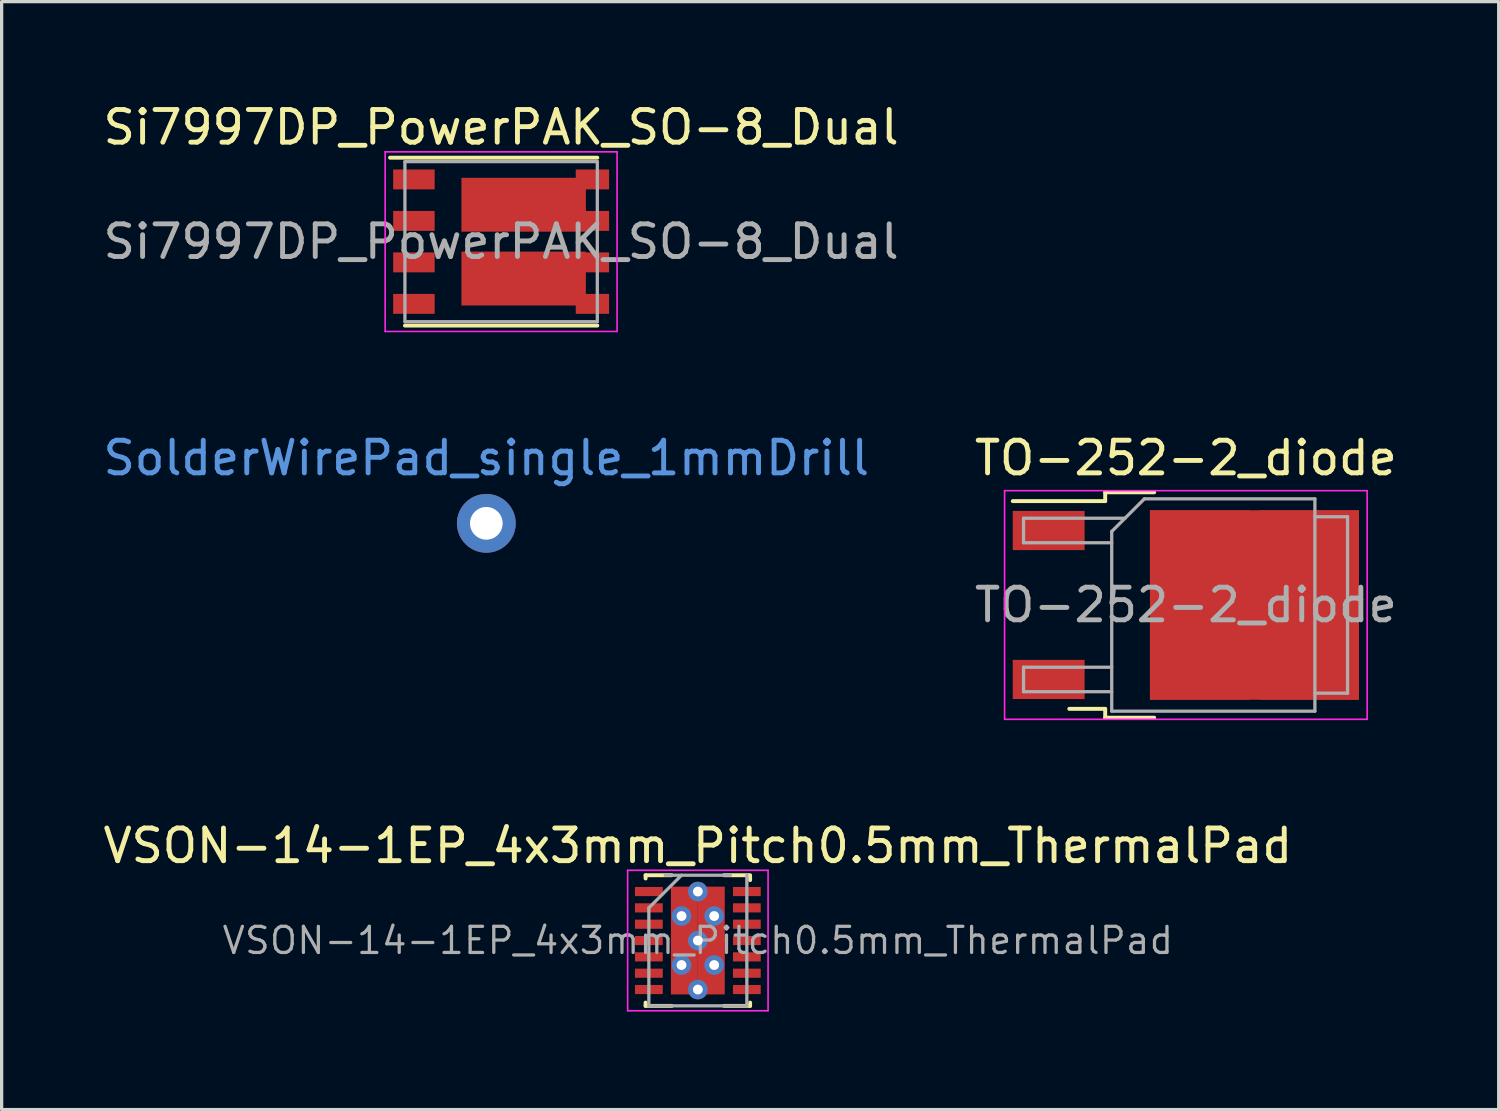
<source format=kicad_pcb>
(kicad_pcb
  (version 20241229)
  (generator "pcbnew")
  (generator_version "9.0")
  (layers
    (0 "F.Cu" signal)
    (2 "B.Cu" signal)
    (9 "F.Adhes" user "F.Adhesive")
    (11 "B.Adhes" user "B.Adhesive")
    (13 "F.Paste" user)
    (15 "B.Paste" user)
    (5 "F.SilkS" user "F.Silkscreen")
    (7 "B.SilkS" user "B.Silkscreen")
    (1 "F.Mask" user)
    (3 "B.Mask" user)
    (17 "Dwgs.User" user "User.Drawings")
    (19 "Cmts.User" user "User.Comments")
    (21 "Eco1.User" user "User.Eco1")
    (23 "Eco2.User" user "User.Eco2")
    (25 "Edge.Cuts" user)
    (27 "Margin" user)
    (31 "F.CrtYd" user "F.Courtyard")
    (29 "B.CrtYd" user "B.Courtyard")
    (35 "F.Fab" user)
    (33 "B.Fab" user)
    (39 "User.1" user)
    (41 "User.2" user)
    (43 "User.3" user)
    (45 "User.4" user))
  (footprint "VSON-14-1EP_4x3mm_Pitch0.5mm_ThermalPad"
    (layer "F.Cu")
    (at 18.315 25.745)
    (property "Reference" "VSON-14-1EP_4x3mm_Pitch0.5mm_ThermalPad" (at 0 -2.9 0) (layer "F.SilkS") (effects (font (size 1 1) (thickness 0.15))))
    (attr smd)
    (fp_line (start -1.6 -2) (end -1.6 -1.9) (stroke (width 0.12) (type solid)) (layer "F.SilkS"))
    (fp_line (start -1.6 1.9) (end -1.6 2) (stroke (width 0.12) (type solid)) (layer "F.SilkS"))
    (fp_line (start -1.6 2) (end -0.8 2) (stroke (width 0.12) (type solid)) (layer "F.SilkS"))
    (fp_line (start -0.8 -2) (end -1.6 -2) (stroke (width 0.12) (type solid)) (layer "F.SilkS"))
    (fp_line (start 0.8 -2) (end 1.6 -2) (stroke (width 0.12) (type solid)) (layer "F.SilkS"))
    (fp_line (start 0.8 2) (end 1.6 2) (stroke (width 0.12) (type solid)) (layer "F.SilkS"))
    (fp_line (start 1.6 -1.95) (end 1.6 -1.85) (stroke (width 0.12) (type solid)) (layer "F.SilkS"))
    (fp_line (start 1.6 2) (end 1.6 1.9) (stroke (width 0.12) (type solid)) (layer "F.SilkS"))
    (fp_line (start -2.15 -2.15) (end 2.15 -2.15) (stroke (width 0.05) (type solid)) (layer "F.CrtYd"))
    (fp_line (start -2.15 2.15) (end -2.15 -2.15) (stroke (width 0.05) (type solid)) (layer "F.CrtYd"))
    (fp_line (start 2.15 -2.15) (end 2.15 2.15) (stroke (width 0.05) (type solid)) (layer "F.CrtYd"))
    (fp_line (start 2.15 2.15) (end -2.15 2.15) (stroke (width 0.05) (type solid)) (layer "F.CrtYd"))
    (fp_line (start -1.5 -1) (end -1.5 2) (stroke (width 0.1) (type solid)) (layer "F.Fab"))
    (fp_line (start -1.5 -1) (end -0.5 -2) (stroke (width 0.1) (type solid)) (layer "F.Fab"))
    (fp_line (start -1.5 2) (end 1.5 2) (stroke (width 0.1) (type solid)) (layer "F.Fab"))
    (fp_line (start -1 -2) (end 1 -2) (stroke (width 0.1) (type solid)) (layer "F.Fab"))
    (fp_line (start 1.5 -2) (end 1.5 2) (stroke (width 0.1) (type solid)) (layer "F.Fab"))
    (fp_text user "${REFERENCE}" (at 0 0 0) (layer "F.Fab") (effects (font (size 0.8 0.8) (thickness 0.1))))
    (pad "1" smd rect (at -1.5 -1.5) (size 0.85 0.28) (layers "F.Cu" "F.Mask" "F.Paste"))
    (pad "2" smd rect (at -1.5 -1) (size 0.85 0.28) (layers "F.Cu" "F.Mask" "F.Paste"))
    (pad "3" smd rect (at -1.5 -0.5) (size 0.85 0.28) (layers "F.Cu" "F.Mask" "F.Paste"))
    (pad "4" smd rect (at -1.5 0) (size 0.85 0.28) (layers "F.Cu" "F.Mask" "F.Paste"))
    (pad "5" smd rect (at -1.5 0.5) (size 0.85 0.28) (layers "F.Cu" "F.Mask" "F.Paste"))
    (pad "6" smd rect (at -1.5 1) (size 0.85 0.28) (layers "F.Cu" "F.Mask" "F.Paste"))
    (pad "7" smd rect (at -1.5 1.5) (size 0.85 0.28) (layers "F.Cu" "F.Mask" "F.Paste"))
    (pad "8" smd rect (at 1.5 1.5) (size 0.85 0.28) (layers "F.Cu" "F.Mask" "F.Paste"))
    (pad "9" smd rect (at 1.5 1) (size 0.85 0.28) (layers "F.Cu" "F.Mask" "F.Paste"))
    (pad "10" smd rect (at 1.5 0.5) (size 0.85 0.28) (layers "F.Cu" "F.Mask" "F.Paste"))
    (pad "11" thru_hole circle (at -0.5 -0.75) (size 0.6 0.6) (drill 0.3) (layers "*.Cu" "*.Mask"))
    (pad "11" thru_hole circle (at -0.5 0.75) (size 0.6 0.6) (drill 0.3) (layers "*.Cu" "*.Mask"))
    (pad "11" smd rect (at -0.412 -0.8) (size 0.825 1.7) (layers "F.Cu" "F.Mask" "F.Paste"))
    (pad "11" smd rect (at -0.412 0.8) (size 0.825 1.7) (layers "F.Cu" "F.Mask" "F.Paste"))
    (pad "11" thru_hole circle (at 0 -1.5) (size 0.6 0.6) (drill 0.3) (layers "*.Cu" "*.Mask"))
    (pad "11" thru_hole circle (at 0 0) (size 0.6 0.6) (drill 0.3) (layers "*.Cu" "*.Mask"))
    (pad "11" thru_hole circle (at 0 1.5) (size 0.6 0.6) (drill 0.3) (layers "*.Cu" "*.Mask"))
    (pad "11" smd rect (at 0.412 -0.8) (size 0.825 1.7) (layers "F.Cu" "F.Mask" "F.Paste"))
    (pad "11" smd rect (at 0.412 0.8) (size 0.825 1.7) (layers "F.Cu" "F.Mask" "F.Paste"))
    (pad "11" thru_hole circle (at 0.5 -0.75) (size 0.6 0.6) (drill 0.3) (layers "*.Cu" "*.Mask"))
    (pad "11" thru_hole circle (at 0.5 0.75) (size 0.6 0.6) (drill 0.3) (layers "*.Cu" "*.Mask"))
    (pad "11" smd rect (at 1.5 0) (size 0.85 0.28) (layers "F.Cu" "F.Mask" "F.Paste"))
    (pad "12" smd rect (at 1.5 -0.5) (size 0.85 0.28) (layers "F.Cu" "F.Mask" "F.Paste"))
    (pad "13" smd rect (at 1.5 -1) (size 0.85 0.28) (layers "F.Cu" "F.Mask" "F.Paste"))
    (pad "14" smd rect (at 1.5 -1.5) (size 0.85 0.28) (layers "F.Cu" "F.Mask" "F.Paste")))
  (footprint "TO-252-2_diode"
    (layer "F.Cu")
    (at 33.256 15.472)
    (property "Reference" "TO-252-2_diode" (at 0 -4.5 180) (layer "F.SilkS") (effects (font (size 1 1) (thickness 0.15))))
    (attr smd)
    (fp_line (start -2.47 -3.45) (end -2.47 -3.18) (stroke (width 0.12) (type solid)) (layer "F.SilkS"))
    (fp_line (start -2.47 -3.18) (end -5.3 -3.18) (stroke (width 0.12) (type solid)) (layer "F.SilkS"))
    (fp_line (start -2.47 3.18) (end -3.57 3.18) (stroke (width 0.12) (type solid)) (layer "F.SilkS"))
    (fp_line (start -2.47 3.45) (end -2.47 3.18) (stroke (width 0.12) (type solid)) (layer "F.SilkS"))
    (fp_line (start -0.97 -3.45) (end -2.47 -3.45) (stroke (width 0.12) (type solid)) (layer "F.SilkS"))
    (fp_line (start -0.97 3.45) (end -2.47 3.45) (stroke (width 0.12) (type solid)) (layer "F.SilkS"))
    (fp_line (start -5.55 -3.5) (end -5.55 3.5) (stroke (width 0.05) (type solid)) (layer "F.CrtYd"))
    (fp_line (start -5.55 3.5) (end 5.55 3.5) (stroke (width 0.05) (type solid)) (layer "F.CrtYd"))
    (fp_line (start 5.55 -3.5) (end -5.55 -3.5) (stroke (width 0.05) (type solid)) (layer "F.CrtYd"))
    (fp_line (start 5.55 3.5) (end 5.55 -3.5) (stroke (width 0.05) (type solid)) (layer "F.CrtYd"))
    (fp_line (start -4.97 -2.655) (end -4.97 -1.905) (stroke (width 0.1) (type solid)) (layer "F.Fab"))
    (fp_line (start -4.97 -1.905) (end -2.27 -1.905) (stroke (width 0.1) (type solid)) (layer "F.Fab"))
    (fp_line (start -4.97 1.905) (end -4.97 2.655) (stroke (width 0.1) (type solid)) (layer "F.Fab"))
    (fp_line (start -4.97 2.655) (end -2.27 2.655) (stroke (width 0.1) (type solid)) (layer "F.Fab"))
    (fp_line (start -2.27 -2.25) (end -1.27 -3.25) (stroke (width 0.1) (type solid)) (layer "F.Fab"))
    (fp_line (start -2.27 1.905) (end -4.97 1.905) (stroke (width 0.1) (type solid)) (layer "F.Fab"))
    (fp_line (start -2.27 3.25) (end -2.27 -2.25) (stroke (width 0.1) (type solid)) (layer "F.Fab"))
    (fp_line (start -1.865 -2.655) (end -4.97 -2.655) (stroke (width 0.1) (type solid)) (layer "F.Fab"))
    (fp_line (start -1.27 -3.25) (end 3.95 -3.25) (stroke (width 0.1) (type solid)) (layer "F.Fab"))
    (fp_line (start 3.95 -3.25) (end 3.95 3.25) (stroke (width 0.1) (type solid)) (layer "F.Fab"))
    (fp_line (start 3.95 -2.7) (end 4.95 -2.7) (stroke (width 0.1) (type solid)) (layer "F.Fab"))
    (fp_line (start 3.95 3.25) (end -2.27 3.25) (stroke (width 0.1) (type solid)) (layer "F.Fab"))
    (fp_line (start 4.95 -2.7) (end 4.95 2.7) (stroke (width 0.1) (type solid)) (layer "F.Fab"))
    (fp_line (start 4.95 2.7) (end 3.95 2.7) (stroke (width 0.1) (type solid)) (layer "F.Fab"))
    (fp_text user "${REFERENCE}" (at 0 0 180) (layer "F.Fab") (effects (font (size 1 1) (thickness 0.15))))
    (pad "1" smd rect (at -4.2 2.28) (size 2.2 1.2) (layers "F.Cu" "F.Mask" "F.Paste"))
    (pad "2" smd rect (at 0.425 -1.525) (size 3.05 2.75) (layers "F.Cu" "F.Paste"))
    (pad "2" smd rect (at 0.425 1.525) (size 3.05 2.75) (layers "F.Cu" "F.Paste"))
    (pad "2" smd rect (at 2.1 0) (size 6.4 5.8) (layers "F.Cu" "F.Mask"))
    (pad "2" smd rect (at 3.775 -1.525) (size 3.05 2.75) (layers "F.Cu" "F.Paste"))
    (pad "2" smd rect (at 3.775 1.525) (size 3.05 2.75) (layers "F.Cu" "F.Paste"))
    (pad "NC" smd rect (at -4.2 -2.28) (size 2.2 1.2) (layers "F.Cu" "F.Mask" "F.Paste")))
  (footprint "SolderWirePad_single_1mmDrill"
    (layer "F.Cu")
    (at 11.839 12.972)
    (property "Reference" "SolderWirePad_single_1mmDrill" (at 0 -2 0) (layer "Cmts.User") (effects (font (size 1 1) (thickness 0.15))))
    (attr through_hole)
    (pad "1" thru_hole circle (at 0 0) (size 1.8 1.8) (drill 1) (layers "*.Cu" "*.Mask")))
  (footprint "Si7997DP_PowerPAK_SO-8_Dual"
    (layer "F.Cu")
    (at 12.292 4.348)
    (property "Reference" "Si7997DP_PowerPAK_SO-8_Dual" (at 0 -3.5 0) (layer "F.SilkS") (effects (font (size 1 1) (thickness 0.15))))
    (attr smd)
    (fp_line (start -3.4 -2.57) (end 2.945 -2.57) (stroke (width 0.12) (type solid)) (layer "F.SilkS"))
    (fp_line (start -2.945 2.57) (end 2.945 2.57) (stroke (width 0.12) (type solid)) (layer "F.SilkS"))
    (fp_line (start -3.55 -2.75) (end -3.55 2.75) (stroke (width 0.05) (type solid)) (layer "F.CrtYd"))
    (fp_line (start -3.55 -2.75) (end 3.55 -2.75) (stroke (width 0.05) (type solid)) (layer "F.CrtYd"))
    (fp_line (start -3.55 2.75) (end 3.55 2.75) (stroke (width 0.05) (type solid)) (layer "F.CrtYd"))
    (fp_line (start 3.55 -2.75) (end 3.55 2.75) (stroke (width 0.05) (type solid)) (layer "F.CrtYd"))
    (fp_line (start -2.945 -2.45) (end 2.945 -2.45) (stroke (width 0.1) (type solid)) (layer "F.Fab"))
    (fp_line (start -2.945 2.45) (end -2.945 -2.45) (stroke (width 0.1) (type solid)) (layer "F.Fab"))
    (fp_line (start 2.945 -2.45) (end 2.945 2.45) (stroke (width 0.1) (type solid)) (layer "F.Fab"))
    (fp_line (start 2.945 2.45) (end -2.945 2.45) (stroke (width 0.1) (type solid)) (layer "F.Fab"))
    (fp_text user "${REFERENCE}" (at 0 0 0) (layer "F.Fab") (effects (font (size 1 1) (thickness 0.15))))
    (pad "1" smd rect (at -2.67 -1.905) (size 1.27 0.61) (layers "F.Cu" "F.Mask" "F.Paste"))
    (pad "2" smd rect (at -2.67 -0.635) (size 1.27 0.61) (layers "F.Cu" "F.Mask" "F.Paste"))
    (pad "3" smd rect (at -2.67 0.635) (size 1.27 0.61) (layers "F.Cu" "F.Mask" "F.Paste"))
    (pad "4" smd rect (at -2.67 1.905) (size 1.27 0.61) (layers "F.Cu" "F.Mask" "F.Paste"))
    (pad "5" smd rect (at 0.69 1.13) (size 3.81 1.65) (layers "F.Cu" "F.Mask" "F.Paste"))
    (pad "5" smd rect (at 2.795 0.635) (size 1.02 0.61) (layers "F.Cu" "F.Mask" "F.Paste"))
    (pad "5" smd rect (at 2.795 1.905) (size 1.02 0.61) (layers "F.Cu" "F.Mask" "F.Paste"))
    (pad "7" smd rect (at 0.69 -1.13) (size 3.81 1.65) (layers "F.Cu" "F.Mask" "F.Paste"))
    (pad "7" smd rect (at 2.795 -1.905) (size 1.02 0.61) (layers "F.Cu" "F.Mask" "F.Paste"))
    (pad "7" smd rect (at 2.795 -0.635) (size 1.02 0.61) (layers "F.Cu" "F.Mask" "F.Paste")))
  (gr_rect
    (start -3 -3)
    (end 42.833 30.92)
    (stroke (width 0.1) (type default))
    (fill no)
    (layer "Edge.Cuts")))
</source>
